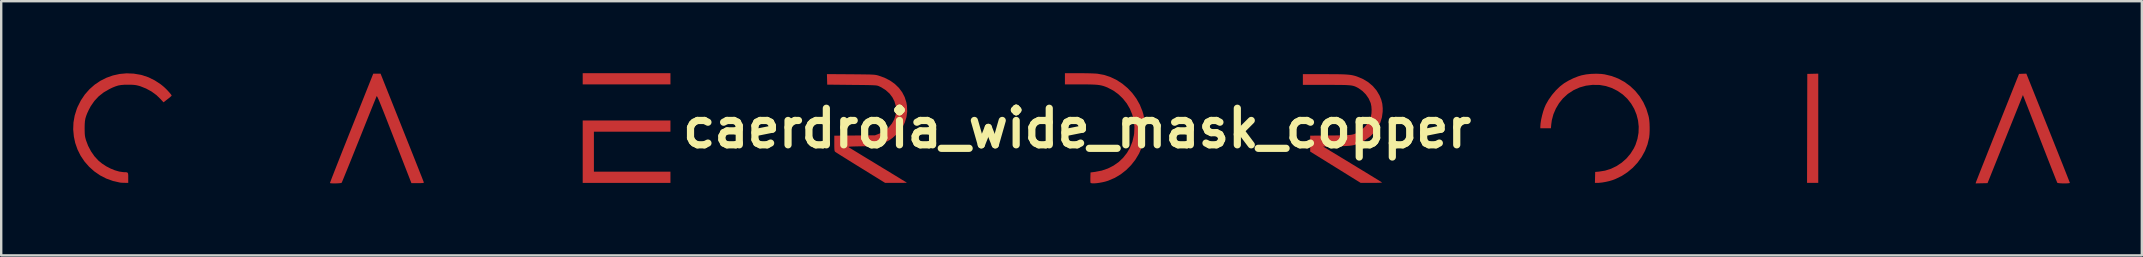
<source format=kicad_pcb>
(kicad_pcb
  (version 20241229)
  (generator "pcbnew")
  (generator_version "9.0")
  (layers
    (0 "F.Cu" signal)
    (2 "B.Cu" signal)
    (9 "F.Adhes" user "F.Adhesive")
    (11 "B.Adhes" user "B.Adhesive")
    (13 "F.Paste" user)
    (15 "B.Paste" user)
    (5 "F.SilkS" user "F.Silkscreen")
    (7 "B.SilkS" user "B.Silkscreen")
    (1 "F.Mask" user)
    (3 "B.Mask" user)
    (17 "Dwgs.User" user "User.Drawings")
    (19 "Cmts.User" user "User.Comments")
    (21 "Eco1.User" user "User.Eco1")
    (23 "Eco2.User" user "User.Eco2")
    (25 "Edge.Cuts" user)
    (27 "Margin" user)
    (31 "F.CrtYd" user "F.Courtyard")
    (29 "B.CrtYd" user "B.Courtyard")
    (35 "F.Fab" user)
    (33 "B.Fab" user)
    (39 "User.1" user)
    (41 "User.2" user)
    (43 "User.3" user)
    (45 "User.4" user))
  (footprint "caerdroia_wide_mask_copper"
    (layer "F.Cu")
    (at 41.837 2.296)
    (property "Reference" "caerdroia_wide_mask_copper" (at 0 0 0) (layer "F.SilkS") (effects (font (size 1.524 1.524) (thickness 0.3))))
    (attr board_only exclude_from_pos_files exclude_from_bom)
    (fp_poly (pts (xy -16.947 -1.829) (xy -20.604 -1.829) (xy -20.604 -2.296) (xy -16.947 -2.296)) (stroke (width 0) (type solid)) (fill yes) (layer "F.Cu"))
    (fp_poly (pts (xy 30.886 2.276) (xy 30.419 2.276) (xy 30.429 -2.266) (xy 30.886 -2.277)) (stroke (width 0) (type solid)) (fill yes) (layer "F.Cu"))
    (fp_poly (pts (xy -16.947 0.142) (xy -20.137 0.142) (xy -20.137 1.808) (xy -16.947 1.808) (xy -16.947 2.276) (xy -20.604 2.276) (xy -20.604 -0.325) (xy -16.947 -0.325)) (stroke (width 0) (type solid)) (fill yes) (layer "F.Cu"))
    (fp_poly (pts (xy 40.465 -0.011) (xy 40.581 0.279) (xy 40.692 0.558) (xy 40.798 0.824) (xy 40.898 1.075) (xy 40.991 1.309) (xy 41.077 1.523) (xy 41.153 1.716) (xy 41.219 1.883) (xy 41.275 2.025) (xy 41.319 2.137) (xy 41.35 2.217) (xy 41.368 2.264) (xy 41.372 2.276) (xy 41.353 2.285) (xy 41.303 2.292) (xy 41.231 2.296) (xy 41.145 2.297) (xy 41.057 2.296) (xy 40.973 2.292) (xy 40.905 2.286) (xy 40.86 2.277) (xy 40.849 2.271) (xy 40.838 2.248) (xy 40.815 2.191) (xy 40.778 2.101) (xy 40.731 1.982) (xy 40.673 1.835) (xy 40.605 1.664) (xy 40.53 1.472) (xy 40.447 1.262) (xy 40.359 1.035) (xy 40.265 0.795) (xy 40.173 0.559) (xy 40.075 0.306) (xy 39.98 0.062) (xy 39.89 -0.171) (xy 39.805 -0.389) (xy 39.727 -0.589) (xy 39.657 -0.769) (xy 39.596 -0.926) (xy 39.545 -1.056) (xy 39.505 -1.157) (xy 39.479 -1.225) (xy 39.466 -1.256) (xy 39.415 -1.385) (xy 37.941 2.286) (xy 37.445 2.297) (xy 37.457 2.251) (xy 37.466 2.227) (xy 37.489 2.167) (xy 37.526 2.074) (xy 37.574 1.95) (xy 37.634 1.799) (xy 37.704 1.621) (xy 37.784 1.42) (xy 37.872 1.199) (xy 37.967 0.958) (xy 38.07 0.701) (xy 38.177 0.43) (xy 38.29 0.148) (xy 38.361 -0.03) (xy 39.253 -2.266) (xy 39.406 -2.272) (xy 39.558 -2.277)) (stroke (width 0) (type solid)) (fill yes) (layer "F.Cu"))
    (fp_poly (pts (xy 0.233 -2.295) (xy 0.392 -2.293) (xy 0.541 -2.29) (xy 0.672 -2.285) (xy 0.777 -2.28) (xy 0.848 -2.274) (xy 1.124 -2.224) (xy 1.391 -2.135) (xy 1.645 -2.013) (xy 1.883 -1.859) (xy 2.102 -1.677) (xy 2.298 -1.469) (xy 2.469 -1.238) (xy 2.611 -0.987) (xy 2.72 -0.719) (xy 2.764 -0.573) (xy 2.802 -0.38) (xy 2.824 -0.164) (xy 2.829 0.06) (xy 2.821 0.229) (xy 2.777 0.515) (xy 2.695 0.792) (xy 2.579 1.057) (xy 2.43 1.305) (xy 2.252 1.533) (xy 2.048 1.738) (xy 1.82 1.917) (xy 1.571 2.066) (xy 1.303 2.181) (xy 1.27 2.192) (xy 1.16 2.225) (xy 1.042 2.252) (xy 0.923 2.273) (xy 0.809 2.288) (xy 0.709 2.295) (xy 0.629 2.294) (xy 0.576 2.284) (xy 0.557 2.269) (xy 0.554 2.238) (xy 0.552 2.177) (xy 0.552 2.096) (xy 0.553 2.042) (xy 0.559 1.841) (xy 0.753 1.816) (xy 1.027 1.763) (xy 1.283 1.675) (xy 1.519 1.555) (xy 1.731 1.406) (xy 1.918 1.229) (xy 2.077 1.027) (xy 2.207 0.802) (xy 2.304 0.557) (xy 2.366 0.293) (xy 2.378 0.204) (xy 2.389 -0.061) (xy 2.362 -0.32) (xy 2.298 -0.572) (xy 2.2 -0.811) (xy 2.07 -1.034) (xy 1.909 -1.237) (xy 1.721 -1.418) (xy 1.507 -1.573) (xy 1.269 -1.697) (xy 1.247 -1.706) (xy 1.167 -1.738) (xy 1.091 -1.764) (xy 1.013 -1.784) (xy 0.929 -1.8) (xy 0.832 -1.812) (xy 0.717 -1.82) (xy 0.579 -1.825) (xy 0.413 -1.828) (xy 0.214 -1.829) (xy 0.143 -1.829) (xy -0.508 -1.829) (xy -0.508 -2.296) (xy 0.072 -2.296)) (stroke (width 0) (type solid)) (fill yes) (layer "F.Cu"))
    (fp_poly (pts (xy -29.027 -2.275) (xy -28.129 -0.025) (xy -28.014 0.264) (xy -27.903 0.542) (xy -27.797 0.808) (xy -27.697 1.059) (xy -27.604 1.292) (xy -27.519 1.506) (xy -27.443 1.698) (xy -27.377 1.866) (xy -27.321 2.006) (xy -27.277 2.118) (xy -27.246 2.198) (xy -27.228 2.245) (xy -27.225 2.256) (xy -27.228 2.268) (xy -27.246 2.277) (xy -27.287 2.282) (xy -27.355 2.285) (xy -27.456 2.286) (xy -27.48 2.286) (xy -27.742 2.286) (xy -28.456 0.453) (xy -28.576 0.146) (xy -28.682 -0.126) (xy -28.775 -0.364) (xy -28.856 -0.571) (xy -28.926 -0.747) (xy -28.986 -0.896) (xy -29.036 -1.02) (xy -29.077 -1.119) (xy -29.11 -1.198) (xy -29.137 -1.256) (xy -29.157 -1.298) (xy -29.172 -1.324) (xy -29.182 -1.336) (xy -29.189 -1.338) (xy -29.192 -1.335) (xy -29.202 -1.31) (xy -29.227 -1.25) (xy -29.264 -1.157) (xy -29.314 -1.036) (xy -29.374 -0.887) (xy -29.444 -0.713) (xy -29.522 -0.519) (xy -29.608 -0.305) (xy -29.7 -0.075) (xy -29.797 0.168) (xy -29.899 0.422) (xy -29.921 0.478) (xy -30.024 0.733) (xy -30.122 0.978) (xy -30.215 1.21) (xy -30.302 1.425) (xy -30.382 1.623) (xy -30.454 1.799) (xy -30.516 1.951) (xy -30.567 2.077) (xy -30.607 2.174) (xy -30.634 2.239) (xy -30.648 2.269) (xy -30.649 2.271) (xy -30.675 2.28) (xy -30.731 2.288) (xy -30.807 2.293) (xy -30.893 2.297) (xy -30.979 2.297) (xy -31.055 2.295) (xy -31.11 2.29) (xy -31.136 2.281) (xy -31.136 2.281) (xy -31.13 2.26) (xy -31.109 2.205) (xy -31.076 2.116) (xy -31.03 1.996) (xy -30.972 1.848) (xy -30.904 1.674) (xy -30.826 1.476) (xy -30.739 1.256) (xy -30.645 1.017) (xy -30.544 0.762) (xy -30.436 0.492) (xy -30.324 0.21) (xy -30.238 -0.005) (xy -29.332 -2.276)) (stroke (width 0) (type solid)) (fill yes) (layer "F.Cu"))
    (fp_poly (pts (xy 21.846 -2.265) (xy 21.984 -2.247) (xy 22.279 -2.176) (xy 22.555 -2.07) (xy 22.812 -1.93) (xy 23.047 -1.759) (xy 23.258 -1.56) (xy 23.442 -1.334) (xy 23.597 -1.084) (xy 23.721 -0.812) (xy 23.811 -0.52) (xy 23.826 -0.457) (xy 23.843 -0.345) (xy 23.855 -0.204) (xy 23.86 -0.049) (xy 23.86 0.109) (xy 23.853 0.256) (xy 23.84 0.381) (xy 23.837 0.396) (xy 23.769 0.676) (xy 23.665 0.944) (xy 23.526 1.196) (xy 23.357 1.431) (xy 23.159 1.644) (xy 22.935 1.831) (xy 22.689 1.991) (xy 22.423 2.119) (xy 22.31 2.161) (xy 22.179 2.2) (xy 22.033 2.233) (xy 21.886 2.259) (xy 21.754 2.273) (xy 21.688 2.276) (xy 21.579 2.276) (xy 21.59 1.819) (xy 21.745 1.806) (xy 22.002 1.765) (xy 22.249 1.687) (xy 22.483 1.574) (xy 22.699 1.43) (xy 22.893 1.258) (xy 23.061 1.059) (xy 23.2 0.838) (xy 23.269 0.693) (xy 23.351 0.443) (xy 23.396 0.188) (xy 23.404 -0.069) (xy 23.376 -0.324) (xy 23.313 -0.571) (xy 23.217 -0.808) (xy 23.088 -1.029) (xy 22.928 -1.231) (xy 22.738 -1.409) (xy 22.729 -1.416) (xy 22.511 -1.564) (xy 22.278 -1.68) (xy 22.035 -1.76) (xy 21.788 -1.803) (xy 21.766 -1.805) (xy 21.478 -1.809) (xy 21.204 -1.775) (xy 20.945 -1.703) (xy 20.7 -1.594) (xy 20.471 -1.447) (xy 20.43 -1.415) (xy 20.244 -1.243) (xy 20.083 -1.043) (xy 19.951 -0.821) (xy 19.849 -0.583) (xy 19.783 -0.335) (xy 19.759 -0.162) (xy 19.745 0) (xy 19.304 0) (xy 19.304 -0.066) (xy 19.313 -0.201) (xy 19.338 -0.361) (xy 19.376 -0.531) (xy 19.423 -0.702) (xy 19.477 -0.859) (xy 19.532 -0.986) (xy 19.651 -1.193) (xy 19.794 -1.395) (xy 19.954 -1.582) (xy 20.125 -1.746) (xy 20.294 -1.876) (xy 20.477 -1.985) (xy 20.678 -2.084) (xy 20.879 -2.164) (xy 21.021 -2.207) (xy 21.21 -2.245) (xy 21.42 -2.267) (xy 21.638 -2.274)) (stroke (width 0) (type solid)) (fill yes) (layer "F.Cu"))
    (fp_poly (pts (xy -39.316 -2.278) (xy -39.019 -2.228) (xy -38.964 -2.214) (xy -38.699 -2.125) (xy -38.442 -1.998) (xy -38.198 -1.839) (xy -38.091 -1.754) (xy -38.023 -1.694) (xy -37.951 -1.624) (xy -37.881 -1.55) (xy -37.818 -1.48) (xy -37.769 -1.421) (xy -37.74 -1.378) (xy -37.734 -1.363) (xy -37.749 -1.343) (xy -37.79 -1.306) (xy -37.85 -1.255) (xy -37.904 -1.213) (xy -38.074 -1.082) (xy -38.191 -1.212) (xy -38.367 -1.382) (xy -38.572 -1.532) (xy -38.799 -1.656) (xy -39.037 -1.751) (xy -39.106 -1.771) (xy -39.186 -1.791) (xy -39.264 -1.804) (xy -39.353 -1.812) (xy -39.462 -1.816) (xy -39.553 -1.816) (xy -39.711 -1.814) (xy -39.841 -1.803) (xy -39.957 -1.783) (xy -40.07 -1.748) (xy -40.194 -1.698) (xy -40.325 -1.635) (xy -40.565 -1.496) (xy -40.775 -1.331) (xy -40.955 -1.138) (xy -41.108 -0.916) (xy -41.188 -0.765) (xy -41.252 -0.628) (xy -41.297 -0.512) (xy -41.329 -0.405) (xy -41.348 -0.293) (xy -41.357 -0.167) (xy -41.36 -0.014) (xy -41.36 0.01) (xy -41.358 0.135) (xy -41.355 0.23) (xy -41.348 0.305) (xy -41.337 0.372) (xy -41.319 0.441) (xy -41.303 0.498) (xy -41.214 0.734) (xy -41.095 0.959) (xy -40.953 1.164) (xy -40.792 1.34) (xy -40.786 1.346) (xy -40.636 1.469) (xy -40.466 1.581) (xy -40.284 1.676) (xy -40.099 1.751) (xy -39.92 1.803) (xy -39.754 1.827) (xy -39.715 1.829) (xy -39.642 1.83) (xy -39.592 1.838) (xy -39.563 1.859) (xy -39.548 1.901) (xy -39.543 1.969) (xy -39.543 2.065) (xy -39.543 2.276) (xy -39.69 2.273) (xy -39.771 2.271) (xy -39.842 2.267) (xy -39.888 2.262) (xy -39.888 2.262) (xy -40.181 2.196) (xy -40.459 2.095) (xy -40.719 1.961) (xy -40.958 1.796) (xy -41.174 1.603) (xy -41.364 1.386) (xy -41.526 1.146) (xy -41.656 0.886) (xy -41.753 0.609) (xy -41.809 0.345) (xy -41.837 0.046) (xy -41.825 -0.244) (xy -41.775 -0.529) (xy -41.685 -0.813) (xy -41.652 -0.894) (xy -41.516 -1.164) (xy -41.351 -1.409) (xy -41.158 -1.628) (xy -40.942 -1.818) (xy -40.705 -1.978) (xy -40.45 -2.106) (xy -40.181 -2.202) (xy -39.9 -2.264) (xy -39.611 -2.29)) (stroke (width 0) (type solid)) (fill yes) (layer "F.Cu"))
    (fp_poly (pts (xy 10.552 -2.255) (xy 10.759 -2.254) (xy 10.933 -2.252) (xy 11.079 -2.248) (xy 11.202 -2.242) (xy 11.305 -2.234) (xy 11.393 -2.224) (xy 11.47 -2.211) (xy 11.54 -2.195) (xy 11.608 -2.176) (xy 11.67 -2.155) (xy 11.916 -2.052) (xy 12.133 -1.92) (xy 12.32 -1.762) (xy 12.477 -1.578) (xy 12.6 -1.372) (xy 12.673 -1.197) (xy 12.718 -1.023) (xy 12.736 -0.838) (xy 12.734 -0.691) (xy 12.703 -0.456) (xy 12.635 -0.234) (xy 12.53 -0.026) (xy 12.391 0.164) (xy 12.22 0.335) (xy 12.019 0.483) (xy 11.886 0.558) (xy 11.791 0.606) (xy 11.706 0.645) (xy 11.625 0.676) (xy 11.542 0.699) (xy 11.452 0.716) (xy 11.347 0.729) (xy 11.222 0.738) (xy 11.07 0.744) (xy 10.885 0.749) (xy 10.831 0.75) (xy 10.252 0.762) (xy 11.471 1.501) (xy 11.674 1.625) (xy 11.867 1.742) (xy 12.047 1.851) (xy 12.211 1.952) (xy 12.357 2.041) (xy 12.482 2.117) (xy 12.582 2.178) (xy 12.655 2.224) (xy 12.698 2.251) (xy 12.709 2.258) (xy 12.696 2.263) (xy 12.646 2.268) (xy 12.566 2.272) (xy 12.46 2.274) (xy 12.333 2.275) (xy 12.272 2.275) (xy 11.816 2.275) (xy 10.765 1.623) (xy 9.713 0.971) (xy 9.713 0.308) (xy 10.551 0.3) (xy 10.768 0.298) (xy 10.949 0.295) (xy 11.098 0.292) (xy 11.22 0.288) (xy 11.319 0.282) (xy 11.399 0.274) (xy 11.465 0.263) (xy 11.52 0.249) (xy 11.571 0.231) (xy 11.62 0.209) (xy 11.673 0.181) (xy 11.71 0.162) (xy 11.859 0.062) (xy 11.994 -0.064) (xy 12.109 -0.208) (xy 12.197 -0.363) (xy 12.244 -0.491) (xy 12.267 -0.622) (xy 12.273 -0.768) (xy 12.263 -0.914) (xy 12.237 -1.041) (xy 12.231 -1.06) (xy 12.15 -1.241) (xy 12.035 -1.408) (xy 11.892 -1.553) (xy 11.729 -1.669) (xy 11.719 -1.675) (xy 11.666 -1.704) (xy 11.617 -1.728) (xy 11.568 -1.749) (xy 11.516 -1.765) (xy 11.456 -1.779) (xy 11.385 -1.789) (xy 11.298 -1.796) (xy 11.192 -1.802) (xy 11.063 -1.805) (xy 10.906 -1.807) (xy 10.719 -1.808) (xy 10.497 -1.808) (xy 10.379 -1.808) (xy 9.408 -1.808) (xy 9.408 -2.256) (xy 10.31 -2.256)) (stroke (width 0) (type solid)) (fill yes) (layer "F.Cu"))
    (fp_poly (pts (xy -9.434 -2.251) (xy -9.207 -2.249) (xy -9.017 -2.247) (xy -8.859 -2.245) (xy -8.731 -2.243) (xy -8.627 -2.241) (xy -8.544 -2.237) (xy -8.478 -2.233) (xy -8.425 -2.228) (xy -8.382 -2.222) (xy -8.343 -2.214) (xy -8.306 -2.204) (xy -8.281 -2.197) (xy -8.027 -2.107) (xy -7.799 -1.991) (xy -7.599 -1.85) (xy -7.429 -1.686) (xy -7.29 -1.501) (xy -7.185 -1.298) (xy -7.115 -1.077) (xy -7.091 -0.937) (xy -7.081 -0.696) (xy -7.112 -0.463) (xy -7.182 -0.238) (xy -7.277 -0.046) (xy -7.319 0.015) (xy -7.383 0.094) (xy -7.458 0.18) (xy -7.529 0.254) (xy -7.675 0.388) (xy -7.821 0.495) (xy -7.981 0.583) (xy -8.166 0.659) (xy -8.209 0.674) (xy -8.402 0.74) (xy -8.981 0.751) (xy -9.149 0.754) (xy -9.281 0.757) (xy -9.379 0.76) (xy -9.449 0.764) (xy -9.494 0.768) (xy -9.519 0.773) (xy -9.526 0.78) (xy -9.52 0.788) (xy -9.51 0.796) (xy -9.484 0.812) (xy -9.427 0.847) (xy -9.34 0.9) (xy -9.228 0.968) (xy -9.094 1.05) (xy -8.939 1.145) (xy -8.768 1.249) (xy -8.582 1.361) (xy -8.386 1.48) (xy -8.28 1.545) (xy -8.081 1.666) (xy -7.892 1.78) (xy -7.717 1.887) (xy -7.557 1.984) (xy -7.416 2.07) (xy -7.298 2.143) (xy -7.203 2.2) (xy -7.136 2.241) (xy -7.1 2.264) (xy -7.093 2.268) (xy -7.11 2.27) (xy -7.162 2.272) (xy -7.244 2.274) (xy -7.349 2.275) (xy -7.472 2.276) (xy -7.542 2.276) (xy -8 2.276) (xy -9.024 1.643) (xy -9.21 1.528) (xy -9.386 1.419) (xy -9.55 1.317) (xy -9.697 1.225) (xy -9.826 1.145) (xy -9.932 1.078) (xy -10.012 1.027) (xy -10.064 0.993) (xy -10.084 0.98) (xy -10.097 0.963) (xy -10.107 0.938) (xy -10.113 0.896) (xy -10.117 0.833) (xy -10.119 0.74) (xy -10.119 0.628) (xy -10.119 0.308) (xy -9.271 0.301) (xy -8.423 0.293) (xy -8.288 0.241) (xy -8.135 0.175) (xy -8.009 0.1) (xy -7.896 0.008) (xy -7.852 -0.035) (xy -7.719 -0.196) (xy -7.622 -0.371) (xy -7.563 -0.555) (xy -7.541 -0.744) (xy -7.558 -0.935) (xy -7.613 -1.123) (xy -7.692 -1.28) (xy -7.815 -1.445) (xy -7.972 -1.587) (xy -8.161 -1.707) (xy -8.27 -1.759) (xy -8.293 -1.768) (xy -8.319 -1.775) (xy -8.351 -1.782) (xy -8.394 -1.787) (xy -8.451 -1.791) (xy -8.525 -1.795) (xy -8.62 -1.798) (xy -8.74 -1.801) (xy -8.888 -1.803) (xy -9.068 -1.805) (xy -9.283 -1.807) (xy -9.388 -1.808) (xy -10.414 -1.819) (xy -10.42 -2.038) (xy -10.426 -2.258)) (stroke (width 0) (type solid)) (fill yes) (layer "F.Cu"))
    (fp_poly (pts (xy -16.947 -1.829) (xy -20.604 -1.829) (xy -20.604 -2.296) (xy -16.947 -2.296)) (stroke (width 0) (type solid)) (fill yes) (layer "F.Mask"))
    (fp_poly (pts (xy 30.886 2.276) (xy 30.419 2.276) (xy 30.429 -2.266) (xy 30.886 -2.277)) (stroke (width 0) (type solid)) (fill yes) (layer "F.Mask"))
    (fp_poly (pts (xy -16.947 0.142) (xy -20.137 0.142) (xy -20.137 1.808) (xy -16.947 1.808) (xy -16.947 2.276) (xy -20.604 2.276) (xy -20.604 -0.325) (xy -16.947 -0.325)) (stroke (width 0) (type solid)) (fill yes) (layer "F.Mask"))
    (fp_poly (pts (xy 40.465 -0.011) (xy 40.581 0.279) (xy 40.692 0.558) (xy 40.798 0.824) (xy 40.898 1.075) (xy 40.991 1.309) (xy 41.077 1.523) (xy 41.153 1.716) (xy 41.219 1.883) (xy 41.275 2.025) (xy 41.319 2.137) (xy 41.35 2.217) (xy 41.368 2.264) (xy 41.372 2.276) (xy 41.353 2.285) (xy 41.303 2.292) (xy 41.231 2.296) (xy 41.145 2.297) (xy 41.057 2.296) (xy 40.973 2.292) (xy 40.905 2.286) (xy 40.86 2.277) (xy 40.849 2.271) (xy 40.838 2.248) (xy 40.815 2.191) (xy 40.778 2.101) (xy 40.731 1.982) (xy 40.673 1.835) (xy 40.605 1.664) (xy 40.53 1.472) (xy 40.447 1.262) (xy 40.359 1.035) (xy 40.265 0.795) (xy 40.173 0.559) (xy 40.075 0.306) (xy 39.98 0.062) (xy 39.89 -0.171) (xy 39.805 -0.389) (xy 39.727 -0.589) (xy 39.657 -0.769) (xy 39.596 -0.926) (xy 39.545 -1.056) (xy 39.505 -1.157) (xy 39.479 -1.225) (xy 39.466 -1.256) (xy 39.415 -1.385) (xy 37.941 2.286) (xy 37.445 2.297) (xy 37.457 2.251) (xy 37.466 2.227) (xy 37.489 2.167) (xy 37.526 2.074) (xy 37.574 1.95) (xy 37.634 1.799) (xy 37.704 1.621) (xy 37.784 1.42) (xy 37.872 1.199) (xy 37.967 0.958) (xy 38.07 0.701) (xy 38.177 0.43) (xy 38.29 0.148) (xy 38.361 -0.03) (xy 39.253 -2.266) (xy 39.406 -2.272) (xy 39.558 -2.277)) (stroke (width 0) (type solid)) (fill yes) (layer "F.Mask"))
    (fp_poly (pts (xy 0.233 -2.295) (xy 0.392 -2.293) (xy 0.541 -2.29) (xy 0.672 -2.285) (xy 0.777 -2.28) (xy 0.848 -2.274) (xy 1.124 -2.224) (xy 1.391 -2.135) (xy 1.645 -2.013) (xy 1.883 -1.859) (xy 2.102 -1.677) (xy 2.298 -1.469) (xy 2.469 -1.238) (xy 2.611 -0.987) (xy 2.72 -0.719) (xy 2.764 -0.573) (xy 2.802 -0.38) (xy 2.824 -0.164) (xy 2.829 0.06) (xy 2.821 0.229) (xy 2.777 0.515) (xy 2.695 0.792) (xy 2.579 1.057) (xy 2.43 1.305) (xy 2.252 1.533) (xy 2.048 1.738) (xy 1.82 1.917) (xy 1.571 2.066) (xy 1.303 2.181) (xy 1.27 2.192) (xy 1.16 2.225) (xy 1.042 2.252) (xy 0.923 2.273) (xy 0.809 2.288) (xy 0.709 2.295) (xy 0.629 2.294) (xy 0.576 2.284) (xy 0.557 2.269) (xy 0.554 2.238) (xy 0.552 2.177) (xy 0.552 2.096) (xy 0.553 2.042) (xy 0.559 1.841) (xy 0.753 1.816) (xy 1.027 1.763) (xy 1.283 1.675) (xy 1.519 1.555) (xy 1.731 1.406) (xy 1.918 1.229) (xy 2.077 1.027) (xy 2.207 0.802) (xy 2.304 0.557) (xy 2.366 0.293) (xy 2.378 0.204) (xy 2.389 -0.061) (xy 2.362 -0.32) (xy 2.298 -0.572) (xy 2.2 -0.811) (xy 2.07 -1.034) (xy 1.909 -1.237) (xy 1.721 -1.418) (xy 1.507 -1.573) (xy 1.269 -1.697) (xy 1.247 -1.706) (xy 1.167 -1.738) (xy 1.091 -1.764) (xy 1.013 -1.784) (xy 0.929 -1.8) (xy 0.832 -1.812) (xy 0.717 -1.82) (xy 0.579 -1.825) (xy 0.413 -1.828) (xy 0.214 -1.829) (xy 0.143 -1.829) (xy -0.508 -1.829) (xy -0.508 -2.296) (xy 0.072 -2.296)) (stroke (width 0) (type solid)) (fill yes) (layer "F.Mask"))
    (fp_poly (pts (xy -29.027 -2.275) (xy -28.129 -0.025) (xy -28.014 0.264) (xy -27.903 0.542) (xy -27.797 0.808) (xy -27.697 1.059) (xy -27.604 1.292) (xy -27.519 1.506) (xy -27.443 1.698) (xy -27.377 1.866) (xy -27.321 2.006) (xy -27.277 2.118) (xy -27.246 2.198) (xy -27.228 2.245) (xy -27.225 2.256) (xy -27.228 2.268) (xy -27.246 2.277) (xy -27.287 2.282) (xy -27.355 2.285) (xy -27.456 2.286) (xy -27.48 2.286) (xy -27.742 2.286) (xy -28.456 0.453) (xy -28.576 0.146) (xy -28.682 -0.126) (xy -28.775 -0.364) (xy -28.856 -0.571) (xy -28.926 -0.747) (xy -28.986 -0.896) (xy -29.036 -1.02) (xy -29.077 -1.119) (xy -29.11 -1.198) (xy -29.137 -1.256) (xy -29.157 -1.298) (xy -29.172 -1.324) (xy -29.182 -1.336) (xy -29.189 -1.338) (xy -29.192 -1.335) (xy -29.202 -1.31) (xy -29.227 -1.25) (xy -29.264 -1.157) (xy -29.314 -1.036) (xy -29.374 -0.887) (xy -29.444 -0.713) (xy -29.522 -0.519) (xy -29.608 -0.305) (xy -29.7 -0.075) (xy -29.797 0.168) (xy -29.899 0.422) (xy -29.921 0.478) (xy -30.024 0.733) (xy -30.122 0.978) (xy -30.215 1.21) (xy -30.302 1.425) (xy -30.382 1.623) (xy -30.454 1.799) (xy -30.516 1.951) (xy -30.567 2.077) (xy -30.607 2.174) (xy -30.634 2.239) (xy -30.648 2.269) (xy -30.649 2.271) (xy -30.675 2.28) (xy -30.731 2.288) (xy -30.807 2.293) (xy -30.893 2.297) (xy -30.979 2.297) (xy -31.055 2.295) (xy -31.11 2.29) (xy -31.136 2.281) (xy -31.136 2.281) (xy -31.13 2.26) (xy -31.109 2.205) (xy -31.076 2.116) (xy -31.03 1.996) (xy -30.972 1.848) (xy -30.904 1.674) (xy -30.826 1.476) (xy -30.739 1.256) (xy -30.645 1.017) (xy -30.544 0.762) (xy -30.436 0.492) (xy -30.324 0.21) (xy -30.238 -0.005) (xy -29.332 -2.276)) (stroke (width 0) (type solid)) (fill yes) (layer "F.Mask"))
    (fp_poly (pts (xy 21.846 -2.265) (xy 21.984 -2.247) (xy 22.279 -2.176) (xy 22.555 -2.07) (xy 22.812 -1.93) (xy 23.047 -1.759) (xy 23.258 -1.56) (xy 23.442 -1.334) (xy 23.597 -1.084) (xy 23.721 -0.812) (xy 23.811 -0.52) (xy 23.826 -0.457) (xy 23.843 -0.345) (xy 23.855 -0.204) (xy 23.86 -0.049) (xy 23.86 0.109) (xy 23.853 0.256) (xy 23.84 0.381) (xy 23.837 0.396) (xy 23.769 0.676) (xy 23.665 0.944) (xy 23.526 1.196) (xy 23.357 1.431) (xy 23.159 1.644) (xy 22.935 1.831) (xy 22.689 1.991) (xy 22.423 2.119) (xy 22.31 2.161) (xy 22.179 2.2) (xy 22.033 2.233) (xy 21.886 2.259) (xy 21.754 2.273) (xy 21.688 2.276) (xy 21.579 2.276) (xy 21.59 1.819) (xy 21.745 1.806) (xy 22.002 1.765) (xy 22.249 1.687) (xy 22.483 1.574) (xy 22.699 1.43) (xy 22.893 1.258) (xy 23.061 1.059) (xy 23.2 0.838) (xy 23.269 0.693) (xy 23.351 0.443) (xy 23.396 0.188) (xy 23.404 -0.069) (xy 23.376 -0.324) (xy 23.313 -0.571) (xy 23.217 -0.808) (xy 23.088 -1.029) (xy 22.928 -1.231) (xy 22.738 -1.409) (xy 22.729 -1.416) (xy 22.511 -1.564) (xy 22.278 -1.68) (xy 22.035 -1.76) (xy 21.788 -1.803) (xy 21.766 -1.805) (xy 21.478 -1.809) (xy 21.204 -1.775) (xy 20.945 -1.703) (xy 20.7 -1.594) (xy 20.471 -1.447) (xy 20.43 -1.415) (xy 20.244 -1.243) (xy 20.083 -1.043) (xy 19.951 -0.821) (xy 19.849 -0.583) (xy 19.783 -0.335) (xy 19.759 -0.162) (xy 19.745 0) (xy 19.304 0) (xy 19.304 -0.066) (xy 19.313 -0.201) (xy 19.338 -0.361) (xy 19.376 -0.531) (xy 19.423 -0.702) (xy 19.477 -0.859) (xy 19.532 -0.986) (xy 19.651 -1.193) (xy 19.794 -1.395) (xy 19.954 -1.582) (xy 20.125 -1.746) (xy 20.294 -1.876) (xy 20.477 -1.985) (xy 20.678 -2.084) (xy 20.879 -2.164) (xy 21.021 -2.207) (xy 21.21 -2.245) (xy 21.42 -2.267) (xy 21.638 -2.274)) (stroke (width 0) (type solid)) (fill yes) (layer "F.Mask"))
    (fp_poly (pts (xy -39.316 -2.278) (xy -39.019 -2.228) (xy -38.964 -2.214) (xy -38.699 -2.125) (xy -38.442 -1.998) (xy -38.198 -1.839) (xy -38.091 -1.754) (xy -38.023 -1.694) (xy -37.951 -1.624) (xy -37.881 -1.55) (xy -37.818 -1.48) (xy -37.769 -1.421) (xy -37.74 -1.378) (xy -37.734 -1.363) (xy -37.749 -1.343) (xy -37.79 -1.306) (xy -37.85 -1.255) (xy -37.904 -1.213) (xy -38.074 -1.082) (xy -38.191 -1.212) (xy -38.367 -1.382) (xy -38.572 -1.532) (xy -38.799 -1.656) (xy -39.037 -1.751) (xy -39.106 -1.771) (xy -39.186 -1.791) (xy -39.264 -1.804) (xy -39.353 -1.812) (xy -39.462 -1.816) (xy -39.553 -1.816) (xy -39.711 -1.814) (xy -39.841 -1.803) (xy -39.957 -1.783) (xy -40.07 -1.748) (xy -40.194 -1.698) (xy -40.325 -1.635) (xy -40.565 -1.496) (xy -40.775 -1.331) (xy -40.955 -1.138) (xy -41.108 -0.916) (xy -41.188 -0.765) (xy -41.252 -0.628) (xy -41.297 -0.512) (xy -41.329 -0.405) (xy -41.348 -0.293) (xy -41.357 -0.167) (xy -41.36 -0.014) (xy -41.36 0.01) (xy -41.358 0.135) (xy -41.355 0.23) (xy -41.348 0.305) (xy -41.337 0.372) (xy -41.319 0.441) (xy -41.303 0.498) (xy -41.214 0.734) (xy -41.095 0.959) (xy -40.953 1.164) (xy -40.792 1.34) (xy -40.786 1.346) (xy -40.636 1.469) (xy -40.466 1.581) (xy -40.284 1.676) (xy -40.099 1.751) (xy -39.92 1.803) (xy -39.754 1.827) (xy -39.715 1.829) (xy -39.642 1.83) (xy -39.592 1.838) (xy -39.563 1.859) (xy -39.548 1.901) (xy -39.543 1.969) (xy -39.543 2.065) (xy -39.543 2.276) (xy -39.69 2.273) (xy -39.771 2.271) (xy -39.842 2.267) (xy -39.888 2.262) (xy -39.888 2.262) (xy -40.181 2.196) (xy -40.459 2.095) (xy -40.719 1.961) (xy -40.958 1.796) (xy -41.174 1.603) (xy -41.364 1.386) (xy -41.526 1.146) (xy -41.656 0.886) (xy -41.753 0.609) (xy -41.809 0.345) (xy -41.837 0.046) (xy -41.825 -0.244) (xy -41.775 -0.529) (xy -41.685 -0.813) (xy -41.652 -0.894) (xy -41.516 -1.164) (xy -41.351 -1.409) (xy -41.158 -1.628) (xy -40.942 -1.818) (xy -40.705 -1.978) (xy -40.45 -2.106) (xy -40.181 -2.202) (xy -39.9 -2.264) (xy -39.611 -2.29)) (stroke (width 0) (type solid)) (fill yes) (layer "F.Mask"))
    (fp_poly (pts (xy 10.552 -2.255) (xy 10.759 -2.254) (xy 10.933 -2.252) (xy 11.079 -2.248) (xy 11.202 -2.242) (xy 11.305 -2.234) (xy 11.393 -2.224) (xy 11.47 -2.211) (xy 11.54 -2.195) (xy 11.608 -2.176) (xy 11.67 -2.155) (xy 11.916 -2.052) (xy 12.133 -1.92) (xy 12.32 -1.762) (xy 12.477 -1.578) (xy 12.6 -1.372) (xy 12.673 -1.197) (xy 12.718 -1.023) (xy 12.736 -0.838) (xy 12.734 -0.691) (xy 12.703 -0.456) (xy 12.635 -0.234) (xy 12.53 -0.026) (xy 12.391 0.164) (xy 12.22 0.335) (xy 12.019 0.483) (xy 11.886 0.558) (xy 11.791 0.606) (xy 11.706 0.645) (xy 11.625 0.676) (xy 11.542 0.699) (xy 11.452 0.716) (xy 11.347 0.729) (xy 11.222 0.738) (xy 11.07 0.744) (xy 10.885 0.749) (xy 10.831 0.75) (xy 10.252 0.762) (xy 11.471 1.501) (xy 11.674 1.625) (xy 11.867 1.742) (xy 12.047 1.851) (xy 12.211 1.952) (xy 12.357 2.041) (xy 12.482 2.117) (xy 12.582 2.178) (xy 12.655 2.224) (xy 12.698 2.251) (xy 12.709 2.258) (xy 12.696 2.263) (xy 12.646 2.268) (xy 12.566 2.272) (xy 12.46 2.274) (xy 12.333 2.275) (xy 12.272 2.275) (xy 11.816 2.275) (xy 10.765 1.623) (xy 9.713 0.971) (xy 9.713 0.308) (xy 10.551 0.3) (xy 10.768 0.298) (xy 10.949 0.295) (xy 11.098 0.292) (xy 11.22 0.288) (xy 11.319 0.282) (xy 11.399 0.274) (xy 11.465 0.263) (xy 11.52 0.249) (xy 11.571 0.231) (xy 11.62 0.209) (xy 11.673 0.181) (xy 11.71 0.162) (xy 11.859 0.062) (xy 11.994 -0.064) (xy 12.109 -0.208) (xy 12.197 -0.363) (xy 12.244 -0.491) (xy 12.267 -0.622) (xy 12.273 -0.768) (xy 12.263 -0.914) (xy 12.237 -1.041) (xy 12.231 -1.06) (xy 12.15 -1.241) (xy 12.035 -1.408) (xy 11.892 -1.553) (xy 11.729 -1.669) (xy 11.719 -1.675) (xy 11.666 -1.704) (xy 11.617 -1.728) (xy 11.568 -1.749) (xy 11.516 -1.765) (xy 11.456 -1.779) (xy 11.385 -1.789) (xy 11.298 -1.796) (xy 11.192 -1.802) (xy 11.063 -1.805) (xy 10.906 -1.807) (xy 10.719 -1.808) (xy 10.497 -1.808) (xy 10.379 -1.808) (xy 9.408 -1.808) (xy 9.408 -2.256) (xy 10.31 -2.256)) (stroke (width 0) (type solid)) (fill yes) (layer "F.Mask"))
    (fp_poly (pts (xy -9.434 -2.251) (xy -9.207 -2.249) (xy -9.017 -2.247) (xy -8.859 -2.245) (xy -8.731 -2.243) (xy -8.627 -2.241) (xy -8.544 -2.237) (xy -8.478 -2.233) (xy -8.425 -2.228) (xy -8.382 -2.222) (xy -8.343 -2.214) (xy -8.306 -2.204) (xy -8.281 -2.197) (xy -8.027 -2.107) (xy -7.799 -1.991) (xy -7.599 -1.85) (xy -7.429 -1.686) (xy -7.29 -1.501) (xy -7.185 -1.298) (xy -7.115 -1.077) (xy -7.091 -0.937) (xy -7.081 -0.696) (xy -7.112 -0.463) (xy -7.182 -0.238) (xy -7.277 -0.046) (xy -7.319 0.015) (xy -7.383 0.094) (xy -7.458 0.18) (xy -7.529 0.254) (xy -7.675 0.388) (xy -7.821 0.495) (xy -7.981 0.583) (xy -8.166 0.659) (xy -8.209 0.674) (xy -8.402 0.74) (xy -8.981 0.751) (xy -9.149 0.754) (xy -9.281 0.757) (xy -9.379 0.76) (xy -9.449 0.764) (xy -9.494 0.768) (xy -9.519 0.773) (xy -9.526 0.78) (xy -9.52 0.788) (xy -9.51 0.796) (xy -9.484 0.812) (xy -9.427 0.847) (xy -9.34 0.9) (xy -9.228 0.968) (xy -9.094 1.05) (xy -8.939 1.145) (xy -8.768 1.249) (xy -8.582 1.361) (xy -8.386 1.48) (xy -8.28 1.545) (xy -8.081 1.666) (xy -7.892 1.78) (xy -7.717 1.887) (xy -7.557 1.984) (xy -7.416 2.07) (xy -7.298 2.143) (xy -7.203 2.2) (xy -7.136 2.241) (xy -7.1 2.264) (xy -7.093 2.268) (xy -7.11 2.27) (xy -7.162 2.272) (xy -7.244 2.274) (xy -7.349 2.275) (xy -7.472 2.276) (xy -7.542 2.276) (xy -8 2.276) (xy -9.024 1.643) (xy -9.21 1.528) (xy -9.386 1.419) (xy -9.55 1.317) (xy -9.697 1.225) (xy -9.826 1.145) (xy -9.932 1.078) (xy -10.012 1.027) (xy -10.064 0.993) (xy -10.084 0.98) (xy -10.097 0.963) (xy -10.107 0.938) (xy -10.113 0.896) (xy -10.117 0.833) (xy -10.119 0.74) (xy -10.119 0.628) (xy -10.119 0.308) (xy -9.271 0.301) (xy -8.423 0.293) (xy -8.288 0.241) (xy -8.135 0.175) (xy -8.009 0.1) (xy -7.896 0.008) (xy -7.852 -0.035) (xy -7.719 -0.196) (xy -7.622 -0.371) (xy -7.563 -0.555) (xy -7.541 -0.744) (xy -7.558 -0.935) (xy -7.613 -1.123) (xy -7.692 -1.28) (xy -7.815 -1.445) (xy -7.972 -1.587) (xy -8.161 -1.707) (xy -8.27 -1.759) (xy -8.293 -1.768) (xy -8.319 -1.775) (xy -8.351 -1.782) (xy -8.394 -1.787) (xy -8.451 -1.791) (xy -8.525 -1.795) (xy -8.62 -1.798) (xy -8.74 -1.801) (xy -8.888 -1.803) (xy -9.068 -1.805) (xy -9.283 -1.807) (xy -9.388 -1.808) (xy -10.414 -1.819) (xy -10.42 -2.038) (xy -10.426 -2.258)) (stroke (width 0) (type solid)) (fill yes) (layer "F.Mask")))
  (gr_rect
    (start -3 -3)
    (end 86.208 7.594)
    (stroke (width 0.1) (type default))
    (fill no)
    (layer "Edge.Cuts")))
</source>
